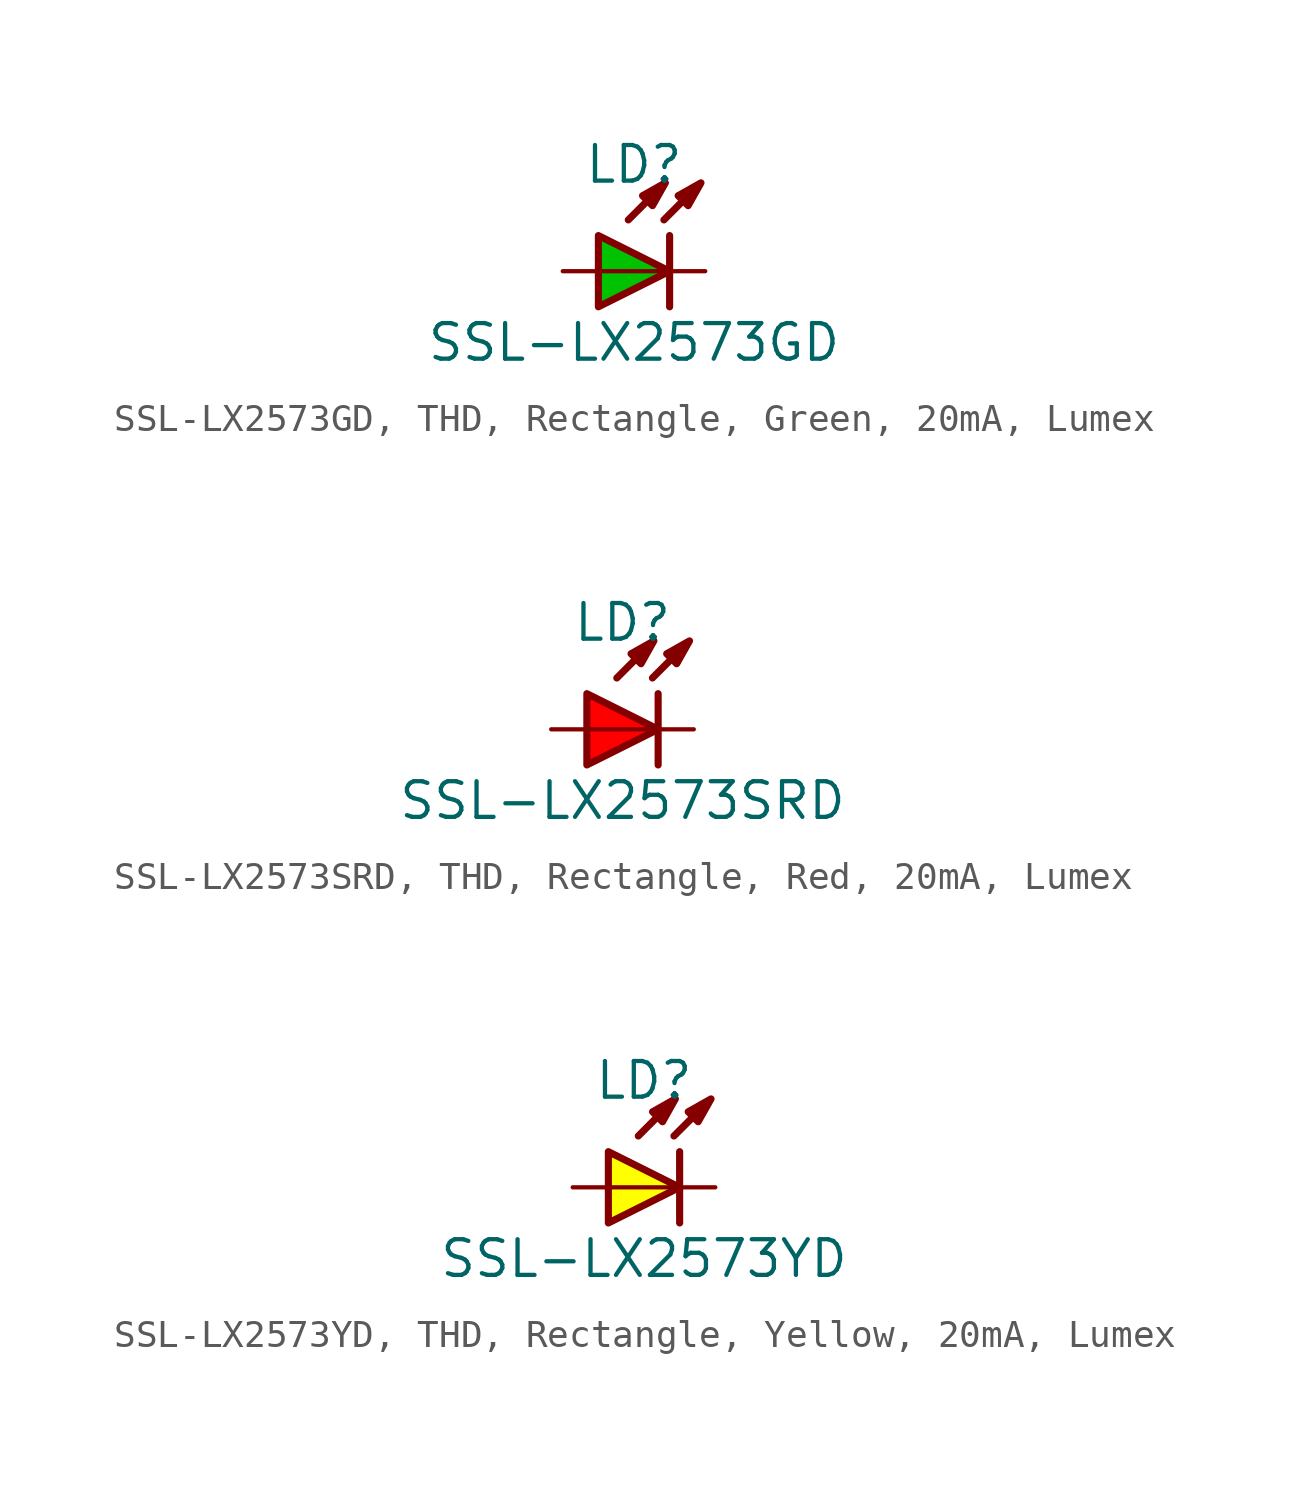
<source format=kicad_sym>
(kicad_symbol_lib
  (version 20241209)
  (generator "kicad_symbol_editor")
  (generator_version "9.0")
  (symbol "SSL-LX2573GD, THD, Rectangle, Green, 20mA, Lumex"
    (pin_numbers
      (hide yes))
    (pin_names
      (offset 1.016)
      (hide yes))
    (property "Reference" "LD"
      (at 0 3.81 0)
      (effects (font (size 1.27 1.27))))
    (property "Value" "SSL-LX2573GD"
      (at 0 -2.54 0)
      (effects (font (size 1.27 1.27))))
    (symbol "SSL-LX2573GD, THD, Rectangle, Green, 20mA, Lumex_0_0"
      (polyline (pts (xy -0.203 1.829) (xy 1.067 3.099)) (stroke (width 0.254) (type default)) (fill (type none)))
      (polyline (pts (xy 1.067 1.829) (xy 2.337 3.099)) (stroke (width 0.254) (type default)) (fill (type none)))
      (polyline (pts (xy 1.118 3.15) (xy 0.66 2.337) (xy 0.305 2.692) (xy 1.118 3.15)) (stroke (width 0.254) (type default)) (fill (type outline)))
      (polyline (pts (xy 1.27 0) (xy -1.27 0)) (stroke (width 0.152) (type default)) (fill (type none)))
      (polyline (pts (xy 2.388 3.15) (xy 1.93 2.337) (xy 1.575 2.692) (xy 2.388 3.15)) (stroke (width 0.254) (type default)) (fill (type outline))))
    (symbol "SSL-LX2573GD, THD, Rectangle, Green, 20mA, Lumex_0_1"
      (polyline (pts (xy 1.27 1.27) (xy 1.27 -1.27)) (stroke (width 0.254) (type default)) (fill (type none))))
    (symbol "SSL-LX2573GD, THD, Rectangle, Green, 20mA, Lumex_1_1"
      (polyline (pts (xy -1.27 1.27) (xy -1.27 -1.27) (xy 1.27 0) (xy -1.27 1.27)) (stroke (width 0.254) (type default)) (fill (type color) (color 0 194 0 1)))
      (pin passive line (at -2.54 0 0) (length 1.27) (name "A" (effects (font (size 1.27 1.27)))) (number "A" (effects (font (size 1.27 1.27)))))
      (pin passive line (at 2.54 0 180) (length 1.27) (name "C" (effects (font (size 1.27 1.27)))) (number "C" (effects (font (size 1.27 1.27)))))))
  (symbol "SSL-LX2573SRD, THD, Rectangle, Red, 20mA, Lumex"
    (pin_numbers
      (hide yes))
    (pin_names
      (offset 1.016)
      (hide yes))
    (property "Reference" "LD"
      (at 0 3.81 0)
      (effects (font (size 1.27 1.27))))
    (property "Value" "SSL-LX2573SRD"
      (at 0 -2.54 0)
      (effects (font (size 1.27 1.27))))
    (symbol "SSL-LX2573SRD, THD, Rectangle, Red, 20mA, Lumex_0_0"
      (polyline (pts (xy -0.203 1.829) (xy 1.067 3.099)) (stroke (width 0.254) (type default)) (fill (type none)))
      (polyline (pts (xy 1.067 1.829) (xy 2.337 3.099)) (stroke (width 0.254) (type default)) (fill (type none)))
      (polyline (pts (xy 1.118 3.15) (xy 0.66 2.337) (xy 0.305 2.692) (xy 1.118 3.15)) (stroke (width 0.254) (type default)) (fill (type outline)))
      (polyline (pts (xy 1.27 0) (xy -1.27 0)) (stroke (width 0.152) (type default)) (fill (type none)))
      (polyline (pts (xy 2.388 3.15) (xy 1.93 2.337) (xy 1.575 2.692) (xy 2.388 3.15)) (stroke (width 0.254) (type default)) (fill (type outline))))
    (symbol "SSL-LX2573SRD, THD, Rectangle, Red, 20mA, Lumex_0_1"
      (polyline (pts (xy 1.27 1.27) (xy 1.27 -1.27)) (stroke (width 0.254) (type default)) (fill (type none))))
    (symbol "SSL-LX2573SRD, THD, Rectangle, Red, 20mA, Lumex_1_1"
      (polyline (pts (xy -1.27 1.27) (xy -1.27 -1.27) (xy 1.27 0) (xy -1.27 1.27)) (stroke (width 0.254) (type default)) (fill (type color) (color 255 0 0 1)))
      (pin passive line (at -2.54 0 0) (length 1.27) (name "A" (effects (font (size 1.27 1.27)))) (number "A" (effects (font (size 1.27 1.27)))))
      (pin passive line (at 2.54 0 180) (length 1.27) (name "C" (effects (font (size 1.27 1.27)))) (number "C" (effects (font (size 1.27 1.27)))))))
  (symbol "SSL-LX2573YD, THD, Rectangle, Yellow, 20mA, Lumex"
    (pin_numbers
      (hide yes))
    (pin_names
      (offset 1.016)
      (hide yes))
    (property "Reference" "LD"
      (at 0 3.81 0)
      (effects (font (size 1.27 1.27))))
    (property "Value" "SSL-LX2573YD"
      (at 0 -2.54 0)
      (effects (font (size 1.27 1.27))))
    (symbol "SSL-LX2573YD, THD, Rectangle, Yellow, 20mA, Lumex_0_0"
      (polyline (pts (xy -0.203 1.829) (xy 1.067 3.099)) (stroke (width 0.254) (type default)) (fill (type none)))
      (polyline (pts (xy 1.067 1.829) (xy 2.337 3.099)) (stroke (width 0.254) (type default)) (fill (type none)))
      (polyline (pts (xy 1.118 3.15) (xy 0.66 2.337) (xy 0.305 2.692) (xy 1.118 3.15)) (stroke (width 0.254) (type default)) (fill (type outline)))
      (polyline (pts (xy 1.27 0) (xy -1.27 0)) (stroke (width 0.152) (type default)) (fill (type none)))
      (polyline (pts (xy 2.388 3.15) (xy 1.93 2.337) (xy 1.575 2.692) (xy 2.388 3.15)) (stroke (width 0.254) (type default)) (fill (type outline))))
    (symbol "SSL-LX2573YD, THD, Rectangle, Yellow, 20mA, Lumex_0_1"
      (polyline (pts (xy 1.27 1.27) (xy 1.27 -1.27)) (stroke (width 0.254) (type default)) (fill (type none))))
    (symbol "SSL-LX2573YD, THD, Rectangle, Yellow, 20mA, Lumex_1_1"
      (polyline (pts (xy -1.27 1.27) (xy -1.27 -1.27) (xy 1.27 0) (xy -1.27 1.27)) (stroke (width 0.254) (type default)) (fill (type color) (color 255 255 0 1)))
      (pin passive line (at -2.54 0 0) (length 1.27) (name "A" (effects (font (size 1.27 1.27)))) (number "A" (effects (font (size 1.27 1.27)))))
      (pin passive line (at 2.54 0 180) (length 1.27) (name "C" (effects (font (size 1.27 1.27)))) (number "C" (effects (font (size 1.27 1.27))))))))
</source>
